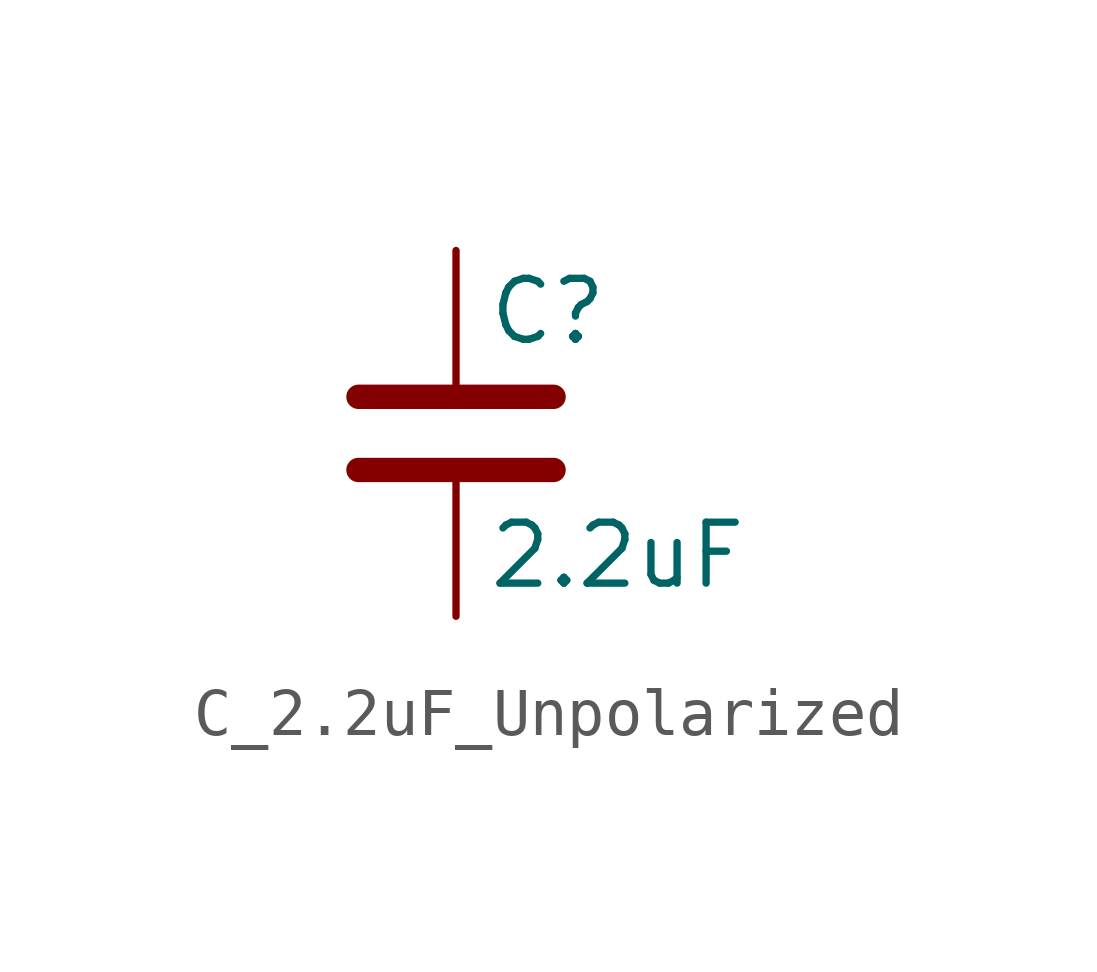
<source format=kicad_sym>
(kicad_symbol_lib
  (version 20231120)
  (generator "kicad_symbol_editor")
  (generator_version "8.0")
  (symbol "C_2.2uF_Unpolarized"
    (pin_numbers hide)
    (pin_names
      (offset 0.254))
    (property "Reference" "C"
      (at 0.635 2.54 0)
      (effects (font (size 1.27 1.27)) (justify left)))
    (property "Value" "2.2uF"
      (at 0.635 -2.54 0)
      (effects (font (size 1.27 1.27)) (justify left)))
    (symbol "C_2.2uF_Unpolarized_0_1"
      (polyline (pts (xy -2.032 -0.762) (xy 2.032 -0.762)) (stroke (width 0.508) (type default)) (fill (type none)))
      (polyline (pts (xy -2.032 0.762) (xy 2.032 0.762)) (stroke (width 0.508) (type default)) (fill (type none))))
    (symbol "C_2.2uF_Unpolarized_1_1"
      (pin passive line (at 0 3.81 270) (length 2.794) (name "~" (effects (font (size 1.27 1.27)))) (number "1" (effects (font (size 1.27 1.27)))))
      (pin passive line (at 0 -3.81 90) (length 2.794) (name "~" (effects (font (size 1.27 1.27)))) (number "2" (effects (font (size 1.27 1.27))))))))
</source>
